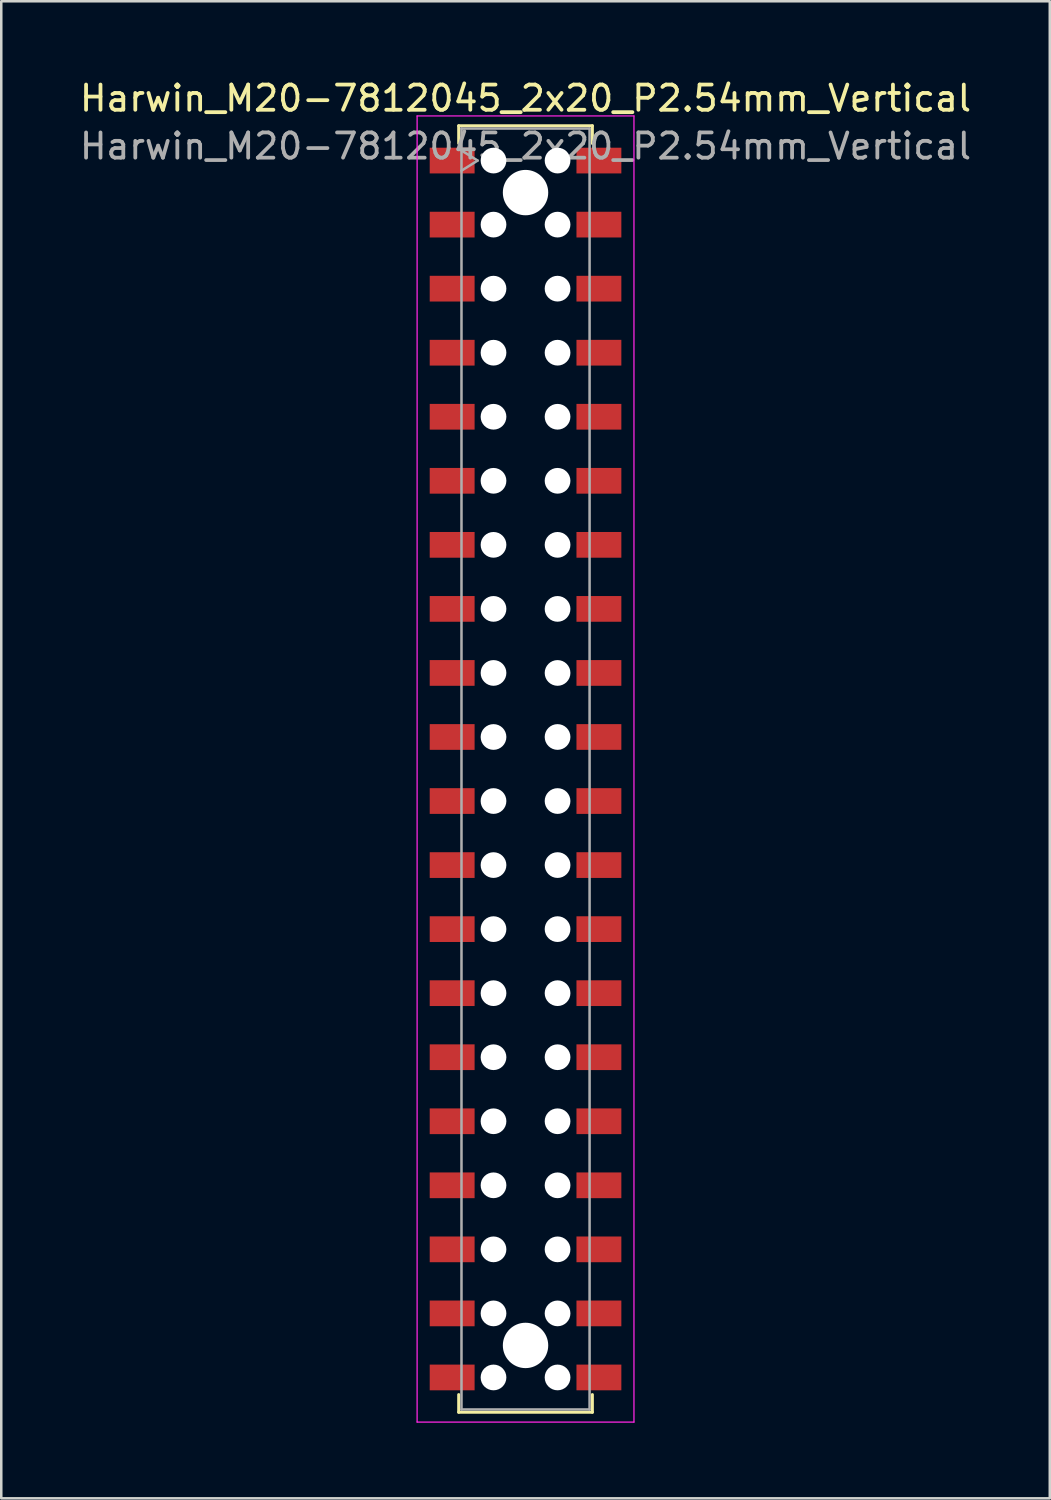
<source format=kicad_pcb>
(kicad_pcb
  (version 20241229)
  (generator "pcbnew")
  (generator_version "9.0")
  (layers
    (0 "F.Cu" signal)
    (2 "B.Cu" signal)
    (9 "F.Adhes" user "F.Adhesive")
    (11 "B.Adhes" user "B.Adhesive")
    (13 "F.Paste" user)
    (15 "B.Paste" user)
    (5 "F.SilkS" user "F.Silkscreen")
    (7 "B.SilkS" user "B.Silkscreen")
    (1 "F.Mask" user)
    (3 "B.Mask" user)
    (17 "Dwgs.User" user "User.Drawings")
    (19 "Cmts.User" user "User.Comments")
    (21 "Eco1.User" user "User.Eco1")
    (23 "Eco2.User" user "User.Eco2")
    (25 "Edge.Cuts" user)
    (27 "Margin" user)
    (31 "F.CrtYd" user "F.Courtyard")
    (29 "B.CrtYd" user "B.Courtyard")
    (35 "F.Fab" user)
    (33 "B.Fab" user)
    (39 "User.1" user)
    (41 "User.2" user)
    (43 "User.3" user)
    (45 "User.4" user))
  (footprint "Harwin_M20-7812045_2x20_P2.54mm_Vertical"
    (layer "F.Cu")
    (at 17.792 27.448)
    (property "Reference" "Harwin_M20-7812045_2x20_P2.54mm_Vertical" (at 0 -26.6 0) (layer "F.SilkS") (effects (font (size 1 1) (thickness 0.15))))
    (attr smd)
    (fp_line (start -2.65 -25.51) (end 2.65 -25.51) (stroke (width 0.12) (type solid)) (layer "F.SilkS"))
    (fp_line (start -2.65 -24.81) (end -2.65 -25.51) (stroke (width 0.12) (type solid)) (layer "F.SilkS"))
    (fp_line (start -2.65 24.81) (end -2.65 25.51) (stroke (width 0.12) (type solid)) (layer "F.SilkS"))
    (fp_line (start -2.65 25.51) (end 2.65 25.51) (stroke (width 0.12) (type solid)) (layer "F.SilkS"))
    (fp_line (start 2.65 -25.51) (end 2.65 -24.81) (stroke (width 0.12) (type solid)) (layer "F.SilkS"))
    (fp_line (start 2.65 25.51) (end 2.65 24.81) (stroke (width 0.12) (type solid)) (layer "F.SilkS"))
    (fp_line (start -4.3 -25.9) (end 4.3 -25.9) (stroke (width 0.05) (type solid)) (layer "F.CrtYd"))
    (fp_line (start -4.3 25.9) (end -4.3 -25.9) (stroke (width 0.05) (type solid)) (layer "F.CrtYd"))
    (fp_line (start 4.3 -25.9) (end 4.3 25.9) (stroke (width 0.05) (type solid)) (layer "F.CrtYd"))
    (fp_line (start 4.3 25.9) (end -4.3 25.9) (stroke (width 0.05) (type solid)) (layer "F.CrtYd"))
    (fp_line (start -2.54 -25.4) (end 2.54 -25.4) (stroke (width 0.1) (type solid)) (layer "F.Fab"))
    (fp_line (start -2.54 -24.53) (end -1.9 -24.13) (stroke (width 0.1) (type solid)) (layer "F.Fab"))
    (fp_line (start -2.54 25.4) (end -2.54 -25.4) (stroke (width 0.1) (type solid)) (layer "F.Fab"))
    (fp_line (start -1.9 -24.13) (end -2.54 -23.73) (stroke (width 0.1) (type solid)) (layer "F.Fab"))
    (fp_line (start 2.54 -25.4) (end 2.54 25.4) (stroke (width 0.1) (type solid)) (layer "F.Fab"))
    (fp_line (start 2.54 25.4) (end -2.54 25.4) (stroke (width 0.1) (type solid)) (layer "F.Fab"))
    (fp_text user "${REFERENCE}" (at 0 -24.7 0) (layer "F.Fab") (effects (font (size 1 1) (thickness 0.15))))
    (pad "" np_thru_hole circle (at -1.27 -24.13) (size 1.02 1.02) (drill 1.02) (layers "*.Cu" "*.Mask"))
    (pad "" np_thru_hole circle (at -1.27 -21.59) (size 1.02 1.02) (drill 1.02) (layers "*.Cu" "*.Mask"))
    (pad "" np_thru_hole circle (at -1.27 -19.05) (size 1.02 1.02) (drill 1.02) (layers "*.Cu" "*.Mask"))
    (pad "" np_thru_hole circle (at -1.27 -16.51) (size 1.02 1.02) (drill 1.02) (layers "*.Cu" "*.Mask"))
    (pad "" np_thru_hole circle (at -1.27 -13.97) (size 1.02 1.02) (drill 1.02) (layers "*.Cu" "*.Mask"))
    (pad "" np_thru_hole circle (at -1.27 -11.43) (size 1.02 1.02) (drill 1.02) (layers "*.Cu" "*.Mask"))
    (pad "" np_thru_hole circle (at -1.27 -8.89) (size 1.02 1.02) (drill 1.02) (layers "*.Cu" "*.Mask"))
    (pad "" np_thru_hole circle (at -1.27 -6.35) (size 1.02 1.02) (drill 1.02) (layers "*.Cu" "*.Mask"))
    (pad "" np_thru_hole circle (at -1.27 -3.81) (size 1.02 1.02) (drill 1.02) (layers "*.Cu" "*.Mask"))
    (pad "" np_thru_hole circle (at -1.27 -1.27) (size 1.02 1.02) (drill 1.02) (layers "*.Cu" "*.Mask"))
    (pad "" np_thru_hole circle (at -1.27 1.27) (size 1.02 1.02) (drill 1.02) (layers "*.Cu" "*.Mask"))
    (pad "" np_thru_hole circle (at -1.27 3.81) (size 1.02 1.02) (drill 1.02) (layers "*.Cu" "*.Mask"))
    (pad "" np_thru_hole circle (at -1.27 6.35) (size 1.02 1.02) (drill 1.02) (layers "*.Cu" "*.Mask"))
    (pad "" np_thru_hole circle (at -1.27 8.89) (size 1.02 1.02) (drill 1.02) (layers "*.Cu" "*.Mask"))
    (pad "" np_thru_hole circle (at -1.27 11.43) (size 1.02 1.02) (drill 1.02) (layers "*.Cu" "*.Mask"))
    (pad "" np_thru_hole circle (at -1.27 13.97) (size 1.02 1.02) (drill 1.02) (layers "*.Cu" "*.Mask"))
    (pad "" np_thru_hole circle (at -1.27 16.51) (size 1.02 1.02) (drill 1.02) (layers "*.Cu" "*.Mask"))
    (pad "" np_thru_hole circle (at -1.27 19.05) (size 1.02 1.02) (drill 1.02) (layers "*.Cu" "*.Mask"))
    (pad "" np_thru_hole circle (at -1.27 21.59) (size 1.02 1.02) (drill 1.02) (layers "*.Cu" "*.Mask"))
    (pad "" np_thru_hole circle (at -1.27 24.13) (size 1.02 1.02) (drill 1.02) (layers "*.Cu" "*.Mask"))
    (pad "" np_thru_hole circle (at 0 -22.86) (size 1.8 1.8) (drill 1.8) (layers "*.Cu" "*.Mask"))
    (pad "" np_thru_hole circle (at 0 22.86) (size 1.8 1.8) (drill 1.8) (layers "*.Cu" "*.Mask"))
    (pad "" np_thru_hole circle (at 1.27 -24.13) (size 1.02 1.02) (drill 1.02) (layers "*.Cu" "*.Mask"))
    (pad "" np_thru_hole circle (at 1.27 -21.59) (size 1.02 1.02) (drill 1.02) (layers "*.Cu" "*.Mask"))
    (pad "" np_thru_hole circle (at 1.27 -19.05) (size 1.02 1.02) (drill 1.02) (layers "*.Cu" "*.Mask"))
    (pad "" np_thru_hole circle (at 1.27 -16.51) (size 1.02 1.02) (drill 1.02) (layers "*.Cu" "*.Mask"))
    (pad "" np_thru_hole circle (at 1.27 -13.97) (size 1.02 1.02) (drill 1.02) (layers "*.Cu" "*.Mask"))
    (pad "" np_thru_hole circle (at 1.27 -11.43) (size 1.02 1.02) (drill 1.02) (layers "*.Cu" "*.Mask"))
    (pad "" np_thru_hole circle (at 1.27 -8.89) (size 1.02 1.02) (drill 1.02) (layers "*.Cu" "*.Mask"))
    (pad "" np_thru_hole circle (at 1.27 -6.35) (size 1.02 1.02) (drill 1.02) (layers "*.Cu" "*.Mask"))
    (pad "" np_thru_hole circle (at 1.27 -3.81) (size 1.02 1.02) (drill 1.02) (layers "*.Cu" "*.Mask"))
    (pad "" np_thru_hole circle (at 1.27 -1.27) (size 1.02 1.02) (drill 1.02) (layers "*.Cu" "*.Mask"))
    (pad "" np_thru_hole circle (at 1.27 1.27) (size 1.02 1.02) (drill 1.02) (layers "*.Cu" "*.Mask"))
    (pad "" np_thru_hole circle (at 1.27 3.81) (size 1.02 1.02) (drill 1.02) (layers "*.Cu" "*.Mask"))
    (pad "" np_thru_hole circle (at 1.27 6.35) (size 1.02 1.02) (drill 1.02) (layers "*.Cu" "*.Mask"))
    (pad "" np_thru_hole circle (at 1.27 8.89) (size 1.02 1.02) (drill 1.02) (layers "*.Cu" "*.Mask"))
    (pad "" np_thru_hole circle (at 1.27 11.43) (size 1.02 1.02) (drill 1.02) (layers "*.Cu" "*.Mask"))
    (pad "" np_thru_hole circle (at 1.27 13.97) (size 1.02 1.02) (drill 1.02) (layers "*.Cu" "*.Mask"))
    (pad "" np_thru_hole circle (at 1.27 16.51) (size 1.02 1.02) (drill 1.02) (layers "*.Cu" "*.Mask"))
    (pad "" np_thru_hole circle (at 1.27 19.05) (size 1.02 1.02) (drill 1.02) (layers "*.Cu" "*.Mask"))
    (pad "" np_thru_hole circle (at 1.27 21.59) (size 1.02 1.02) (drill 1.02) (layers "*.Cu" "*.Mask"))
    (pad "" np_thru_hole circle (at 1.27 24.13) (size 1.02 1.02) (drill 1.02) (layers "*.Cu" "*.Mask"))
    (pad "1" smd rect (at -2.91 -24.13) (size 1.78 1.02) (layers "F.Cu" "F.Mask" "F.Paste"))
    (pad "2" smd rect (at -2.91 -21.59) (size 1.78 1.02) (layers "F.Cu" "F.Mask" "F.Paste"))
    (pad "3" smd rect (at -2.91 -19.05) (size 1.78 1.02) (layers "F.Cu" "F.Mask" "F.Paste"))
    (pad "4" smd rect (at -2.91 -16.51) (size 1.78 1.02) (layers "F.Cu" "F.Mask" "F.Paste"))
    (pad "5" smd rect (at -2.91 -13.97) (size 1.78 1.02) (layers "F.Cu" "F.Mask" "F.Paste"))
    (pad "6" smd rect (at -2.91 -11.43) (size 1.78 1.02) (layers "F.Cu" "F.Mask" "F.Paste"))
    (pad "7" smd rect (at -2.91 -8.89) (size 1.78 1.02) (layers "F.Cu" "F.Mask" "F.Paste"))
    (pad "8" smd rect (at -2.91 -6.35) (size 1.78 1.02) (layers "F.Cu" "F.Mask" "F.Paste"))
    (pad "9" smd rect (at -2.91 -3.81) (size 1.78 1.02) (layers "F.Cu" "F.Mask" "F.Paste"))
    (pad "10" smd rect (at -2.91 -1.27) (size 1.78 1.02) (layers "F.Cu" "F.Mask" "F.Paste"))
    (pad "11" smd rect (at -2.91 1.27) (size 1.78 1.02) (layers "F.Cu" "F.Mask" "F.Paste"))
    (pad "12" smd rect (at -2.91 3.81) (size 1.78 1.02) (layers "F.Cu" "F.Mask" "F.Paste"))
    (pad "13" smd rect (at -2.91 6.35) (size 1.78 1.02) (layers "F.Cu" "F.Mask" "F.Paste"))
    (pad "14" smd rect (at -2.91 8.89) (size 1.78 1.02) (layers "F.Cu" "F.Mask" "F.Paste"))
    (pad "15" smd rect (at -2.91 11.43) (size 1.78 1.02) (layers "F.Cu" "F.Mask" "F.Paste"))
    (pad "16" smd rect (at -2.91 13.97) (size 1.78 1.02) (layers "F.Cu" "F.Mask" "F.Paste"))
    (pad "17" smd rect (at -2.91 16.51) (size 1.78 1.02) (layers "F.Cu" "F.Mask" "F.Paste"))
    (pad "18" smd rect (at -2.91 19.05) (size 1.78 1.02) (layers "F.Cu" "F.Mask" "F.Paste"))
    (pad "19" smd rect (at -2.91 21.59) (size 1.78 1.02) (layers "F.Cu" "F.Mask" "F.Paste"))
    (pad "20" smd rect (at -2.91 24.13) (size 1.78 1.02) (layers "F.Cu" "F.Mask" "F.Paste"))
    (pad "21" smd rect (at 2.91 -24.13) (size 1.78 1.02) (layers "F.Cu" "F.Mask" "F.Paste"))
    (pad "22" smd rect (at 2.91 -21.59) (size 1.78 1.02) (layers "F.Cu" "F.Mask" "F.Paste"))
    (pad "23" smd rect (at 2.91 -19.05) (size 1.78 1.02) (layers "F.Cu" "F.Mask" "F.Paste"))
    (pad "24" smd rect (at 2.91 -16.51) (size 1.78 1.02) (layers "F.Cu" "F.Mask" "F.Paste"))
    (pad "25" smd rect (at 2.91 -13.97) (size 1.78 1.02) (layers "F.Cu" "F.Mask" "F.Paste"))
    (pad "26" smd rect (at 2.91 -11.43) (size 1.78 1.02) (layers "F.Cu" "F.Mask" "F.Paste"))
    (pad "27" smd rect (at 2.91 -8.89) (size 1.78 1.02) (layers "F.Cu" "F.Mask" "F.Paste"))
    (pad "28" smd rect (at 2.91 -6.35) (size 1.78 1.02) (layers "F.Cu" "F.Mask" "F.Paste"))
    (pad "29" smd rect (at 2.91 -3.81) (size 1.78 1.02) (layers "F.Cu" "F.Mask" "F.Paste"))
    (pad "30" smd rect (at 2.91 -1.27) (size 1.78 1.02) (layers "F.Cu" "F.Mask" "F.Paste"))
    (pad "31" smd rect (at 2.91 1.27) (size 1.78 1.02) (layers "F.Cu" "F.Mask" "F.Paste"))
    (pad "32" smd rect (at 2.91 3.81) (size 1.78 1.02) (layers "F.Cu" "F.Mask" "F.Paste"))
    (pad "33" smd rect (at 2.91 6.35) (size 1.78 1.02) (layers "F.Cu" "F.Mask" "F.Paste"))
    (pad "34" smd rect (at 2.91 8.89) (size 1.78 1.02) (layers "F.Cu" "F.Mask" "F.Paste"))
    (pad "35" smd rect (at 2.91 11.43) (size 1.78 1.02) (layers "F.Cu" "F.Mask" "F.Paste"))
    (pad "36" smd rect (at 2.91 13.97) (size 1.78 1.02) (layers "F.Cu" "F.Mask" "F.Paste"))
    (pad "37" smd rect (at 2.91 16.51) (size 1.78 1.02) (layers "F.Cu" "F.Mask" "F.Paste"))
    (pad "38" smd rect (at 2.91 19.05) (size 1.78 1.02) (layers "F.Cu" "F.Mask" "F.Paste"))
    (pad "39" smd rect (at 2.91 21.59) (size 1.78 1.02) (layers "F.Cu" "F.Mask" "F.Paste"))
    (pad "40" smd rect (at 2.91 24.13) (size 1.78 1.02) (layers "F.Cu" "F.Mask" "F.Paste")))
  (gr_rect
    (start -3 -3)
    (end 38.583 56.373)
    (stroke (width 0.1) (type default))
    (fill no)
    (layer "Edge.Cuts")))
</source>
